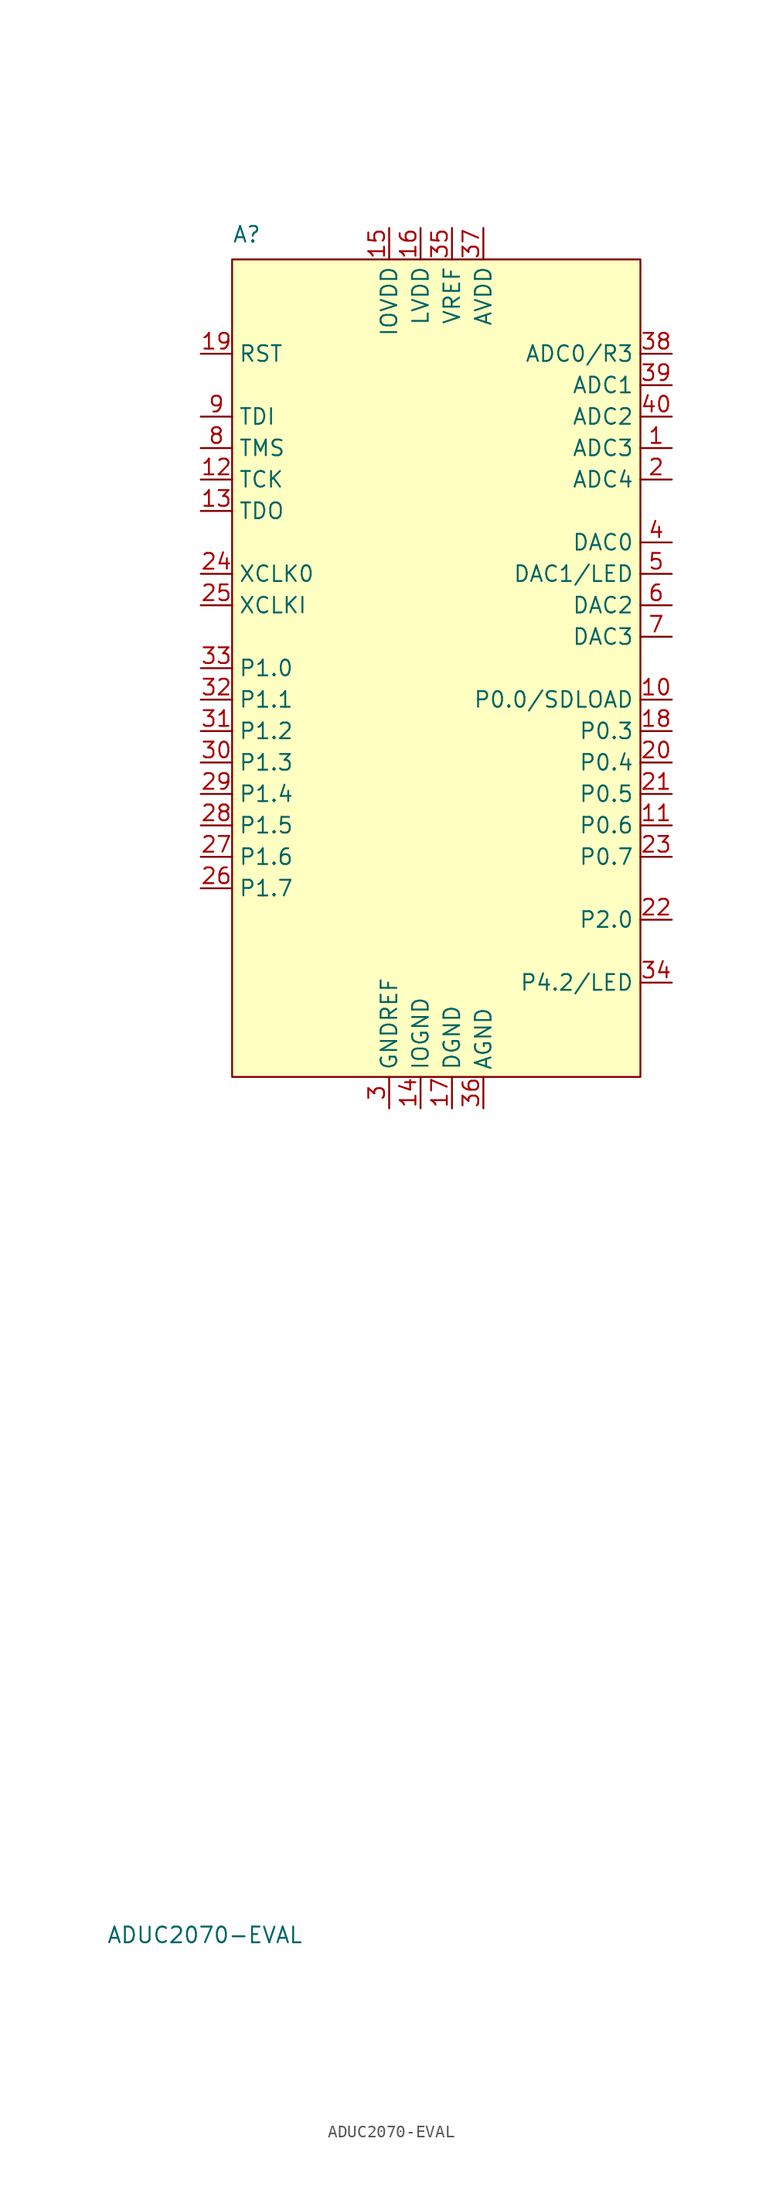
<source format=kicad_sym>
(kicad_symbol_lib
  (version 20220914)
  (generator kicad_symbol_editor)
  (symbol "ADUC2070-EVAL"
    (property "Reference" "A"
      (at -15.24 34.29 0)
      (effects (font (size 1.27 1.27)) (justify left bottom)))
    (property "Value" "ADUC2070-EVAL"
      (at -25.4 -101.6 0)
      (effects (font (size 1.27 1.27)) (justify left top)))
    (symbol "ADUC2070-EVAL_1_1"
      (rectangle (start -15.24 33.02) (end 17.78 -33.02) (stroke (width 0) (type default)) (fill (type background)))
      (pin bidirectional line (at 20.32 17.78 180) (length 2.54) (name "ADC3" (effects (font (size 1.27 1.27)))) (number "1" (effects (font (size 1.27 1.27)))))
      (pin bidirectional line (at 20.32 -2.54 180) (length 2.54) (name "P0.0/SDLOAD" (effects (font (size 1.27 1.27)))) (number "10" (effects (font (size 1.27 1.27)))))
      (pin bidirectional line (at 20.32 -12.7 180) (length 2.54) (name "P0.6" (effects (font (size 1.27 1.27)))) (number "11" (effects (font (size 1.27 1.27)))))
      (pin bidirectional line (at -17.78 15.24 0) (length 2.54) (name "TCK" (effects (font (size 1.27 1.27)))) (number "12" (effects (font (size 1.27 1.27)))))
      (pin bidirectional line (at -17.78 12.7 0) (length 2.54) (name "TDO" (effects (font (size 1.27 1.27)))) (number "13" (effects (font (size 1.27 1.27)))))
      (pin power_in line (at 0 -35.56 90) (length 2.54) (name "IOGND" (effects (font (size 1.27 1.27)))) (number "14" (effects (font (size 1.27 1.27)))))
      (pin power_in line (at -2.54 35.56 270) (length 2.54) (name "IOVDD" (effects (font (size 1.27 1.27)))) (number "15" (effects (font (size 1.27 1.27)))))
      (pin power_in line (at 0 35.56 270) (length 2.54) (name "LVDD" (effects (font (size 1.27 1.27)))) (number "16" (effects (font (size 1.27 1.27)))))
      (pin power_in line (at 2.54 -35.56 90) (length 2.54) (name "DGND" (effects (font (size 1.27 1.27)))) (number "17" (effects (font (size 1.27 1.27)))))
      (pin bidirectional line (at 20.32 -5.08 180) (length 2.54) (name "P0.3" (effects (font (size 1.27 1.27)))) (number "18" (effects (font (size 1.27 1.27)))))
      (pin bidirectional line (at -17.78 25.4 0) (length 2.54) (name "RST" (effects (font (size 1.27 1.27)))) (number "19" (effects (font (size 1.27 1.27)))))
      (pin bidirectional line (at 20.32 15.24 180) (length 2.54) (name "ADC4" (effects (font (size 1.27 1.27)))) (number "2" (effects (font (size 1.27 1.27)))))
      (pin bidirectional line (at 20.32 -7.62 180) (length 2.54) (name "P0.4" (effects (font (size 1.27 1.27)))) (number "20" (effects (font (size 1.27 1.27)))))
      (pin bidirectional line (at 20.32 -10.16 180) (length 2.54) (name "P0.5" (effects (font (size 1.27 1.27)))) (number "21" (effects (font (size 1.27 1.27)))))
      (pin bidirectional line (at 20.32 -20.32 180) (length 2.54) (name "P2.0" (effects (font (size 1.27 1.27)))) (number "22" (effects (font (size 1.27 1.27)))))
      (pin bidirectional line (at 20.32 -15.24 180) (length 2.54) (name "P0.7" (effects (font (size 1.27 1.27)))) (number "23" (effects (font (size 1.27 1.27)))))
      (pin output line (at -17.78 7.62 0) (length 2.54) (name "XCLK0" (effects (font (size 1.27 1.27)))) (number "24" (effects (font (size 1.27 1.27)))))
      (pin input line (at -17.78 5.08 0) (length 2.54) (name "XCLKI" (effects (font (size 1.27 1.27)))) (number "25" (effects (font (size 1.27 1.27)))))
      (pin bidirectional line (at -17.78 -17.78 0) (length 2.54) (name "P1.7" (effects (font (size 1.27 1.27)))) (number "26" (effects (font (size 1.27 1.27)))))
      (pin bidirectional line (at -17.78 -15.24 0) (length 2.54) (name "P1.6" (effects (font (size 1.27 1.27)))) (number "27" (effects (font (size 1.27 1.27)))))
      (pin bidirectional line (at -17.78 -12.7 0) (length 2.54) (name "P1.5" (effects (font (size 1.27 1.27)))) (number "28" (effects (font (size 1.27 1.27)))))
      (pin bidirectional line (at -17.78 -10.16 0) (length 2.54) (name "P1.4" (effects (font (size 1.27 1.27)))) (number "29" (effects (font (size 1.27 1.27)))))
      (pin power_in line (at -2.54 -35.56 90) (length 2.54) (name "GNDREF" (effects (font (size 1.27 1.27)))) (number "3" (effects (font (size 1.27 1.27)))))
      (pin bidirectional line (at -17.78 -7.62 0) (length 2.54) (name "P1.3" (effects (font (size 1.27 1.27)))) (number "30" (effects (font (size 1.27 1.27)))))
      (pin bidirectional line (at -17.78 -5.08 0) (length 2.54) (name "P1.2" (effects (font (size 1.27 1.27)))) (number "31" (effects (font (size 1.27 1.27)))))
      (pin bidirectional line (at -17.78 -2.54 0) (length 2.54) (name "P1.1" (effects (font (size 1.27 1.27)))) (number "32" (effects (font (size 1.27 1.27)))))
      (pin bidirectional line (at -17.78 0 0) (length 2.54) (name "P1.0" (effects (font (size 1.27 1.27)))) (number "33" (effects (font (size 1.27 1.27)))))
      (pin bidirectional line (at 20.32 -25.4 180) (length 2.54) (name "P4.2/LED" (effects (font (size 1.27 1.27)))) (number "34" (effects (font (size 1.27 1.27)))))
      (pin power_in line (at 2.54 35.56 270) (length 2.54) (name "VREF" (effects (font (size 1.27 1.27)))) (number "35" (effects (font (size 1.27 1.27)))))
      (pin power_in line (at 5.08 -35.56 90) (length 2.54) (name "AGND" (effects (font (size 1.27 1.27)))) (number "36" (effects (font (size 1.27 1.27)))))
      (pin power_in line (at 5.08 35.56 270) (length 2.54) (name "AVDD" (effects (font (size 1.27 1.27)))) (number "37" (effects (font (size 1.27 1.27)))))
      (pin input line (at 20.32 25.4 180) (length 2.54) (name "ADC0/R3" (effects (font (size 1.27 1.27)))) (number "38" (effects (font (size 1.27 1.27)))))
      (pin input line (at 20.32 22.86 180) (length 2.54) (name "ADC1" (effects (font (size 1.27 1.27)))) (number "39" (effects (font (size 1.27 1.27)))))
      (pin bidirectional line (at 20.32 10.16 180) (length 2.54) (name "DAC0" (effects (font (size 1.27 1.27)))) (number "4" (effects (font (size 1.27 1.27)))))
      (pin input line (at 20.32 20.32 180) (length 2.54) (name "ADC2" (effects (font (size 1.27 1.27)))) (number "40" (effects (font (size 1.27 1.27)))))
      (pin bidirectional line (at 20.32 7.62 180) (length 2.54) (name "DAC1/LED" (effects (font (size 1.27 1.27)))) (number "5" (effects (font (size 1.27 1.27)))))
      (pin bidirectional line (at 20.32 5.08 180) (length 2.54) (name "DAC2" (effects (font (size 1.27 1.27)))) (number "6" (effects (font (size 1.27 1.27)))))
      (pin bidirectional line (at 20.32 2.54 180) (length 2.54) (name "DAC3" (effects (font (size 1.27 1.27)))) (number "7" (effects (font (size 1.27 1.27)))))
      (pin bidirectional line (at -17.78 17.78 0) (length 2.54) (name "TMS" (effects (font (size 1.27 1.27)))) (number "8" (effects (font (size 1.27 1.27)))))
      (pin bidirectional line (at -17.78 20.32 0) (length 2.54) (name "TDI" (effects (font (size 1.27 1.27)))) (number "9" (effects (font (size 1.27 1.27))))))))
</source>
